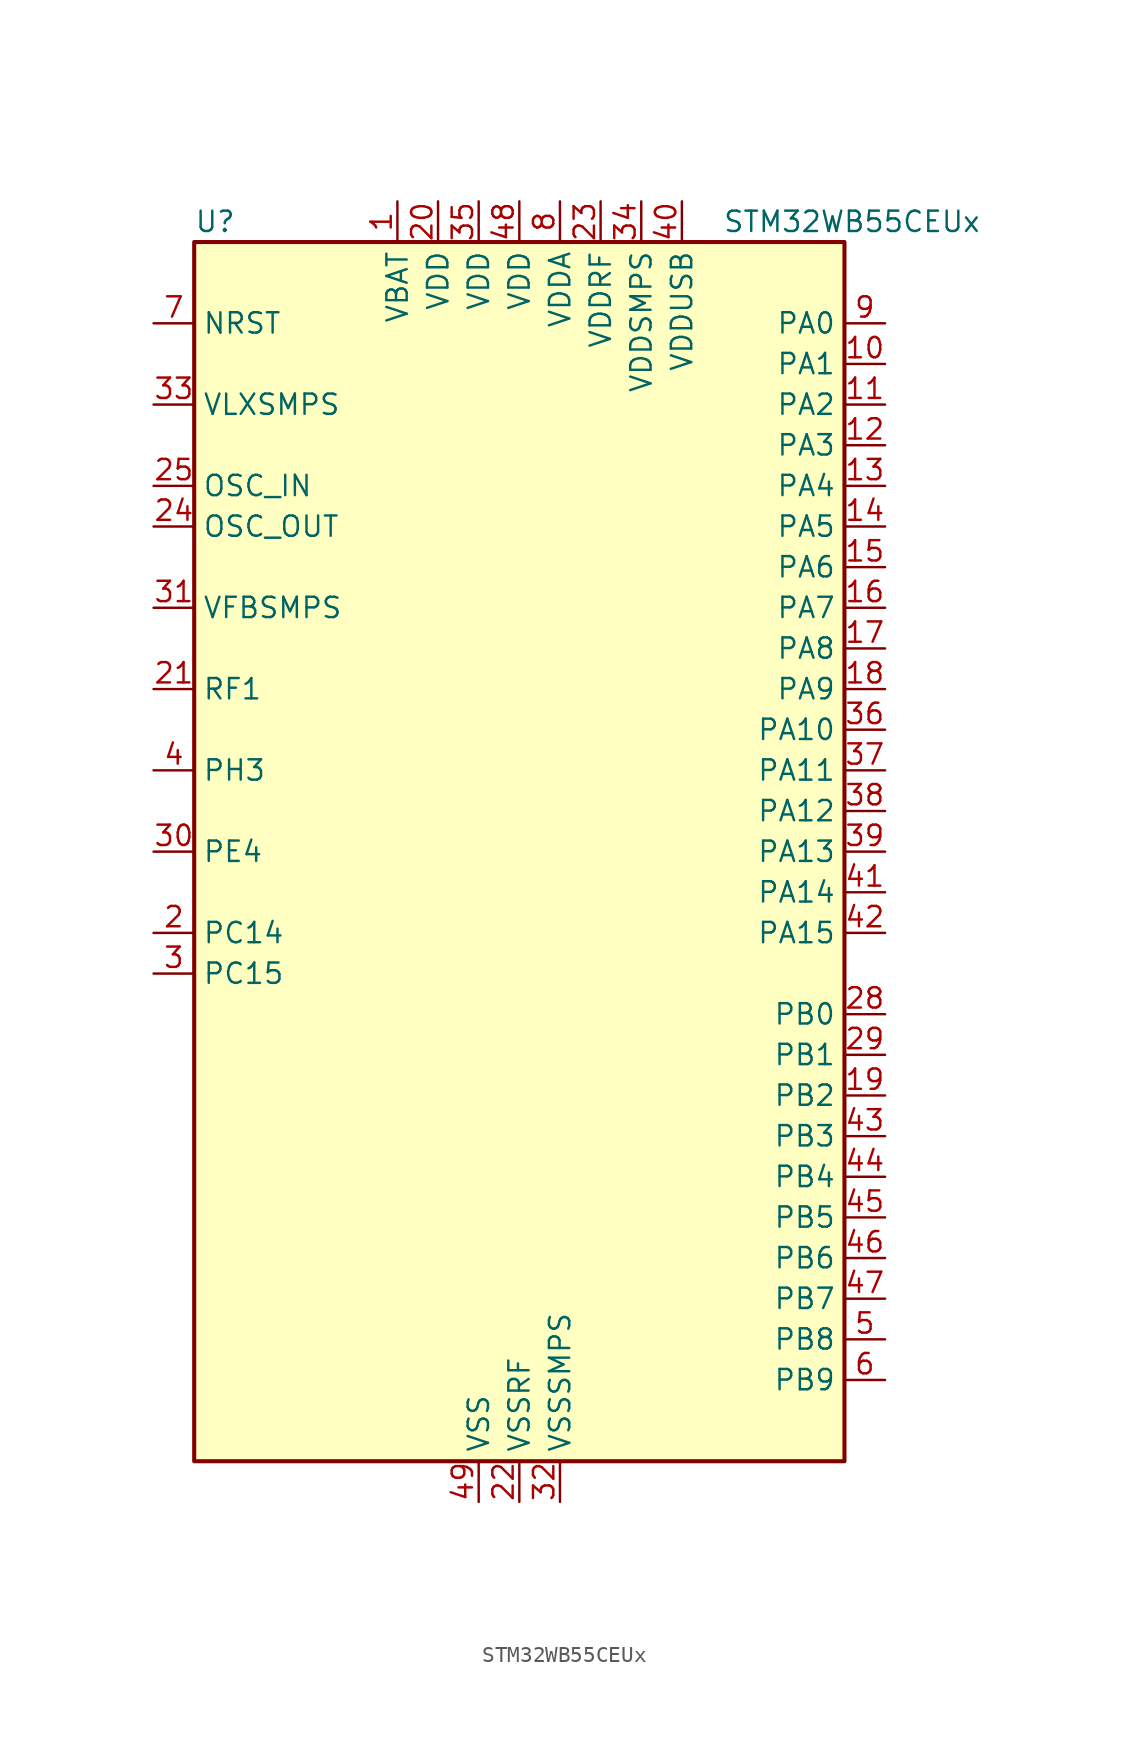
<source format=kicad_sym>
(kicad_symbol_lib
  (version 20231120)
  (generator "kicad-library-utils")
  (generator_version "8.0")
  (symbol "STM32WB55CEUx"
    (property "Reference" "U"
      (at -20.32 39.37 0)
      (effects (font (size 1.27 1.27)) (justify left)))
    (property "Value" "STM32WB55CEUx"
      (at 12.7 39.37 0)
      (effects (font (size 1.27 1.27)) (justify left)))
    (symbol "STM32WB55CEUx_0_1"
      (rectangle (start -20.32 -38.1) (end 20.32 38.1) (stroke (width 0.254) (type default)) (fill (type background))))
    (symbol "STM32WB55CEUx_1_1"
      (pin power_in line (at -7.62 40.64 270) (length 2.54) (name "VBAT" (effects (font (size 1.27 1.27)))) (number "1" (effects (font (size 1.27 1.27)))))
      (pin bidirectional line (at 22.86 30.48 180) (length 2.54) (name "PA1" (effects (font (size 1.27 1.27)))) (number "10" (effects (font (size 1.27 1.27)))) (alternate "ADC1_IN6" bidirectional line) (alternate "COMP1_INP" bidirectional line) (alternate "I2C1_SMBA" bidirectional line) (alternate "LCD_SEG0" bidirectional line) (alternate "SPI1_SCK" bidirectional line) (alternate "TIM2_CH2" bidirectional line))
      (pin bidirectional line (at 22.86 27.94 180) (length 2.54) (name "PA2" (effects (font (size 1.27 1.27)))) (number "11" (effects (font (size 1.27 1.27)))) (alternate "ADC1_IN7" bidirectional line) (alternate "COMP2_INM" bidirectional line) (alternate "COMP2_OUT" bidirectional line) (alternate "LCD_SEG1" bidirectional line) (alternate "LPUART1_TX" bidirectional line) (alternate "QUADSPI_BK1_NCS" bidirectional line) (alternate "RCC_LSCO" bidirectional line) (alternate "SYS_WKUP4" bidirectional line) (alternate "TIM2_CH3" bidirectional line))
      (pin bidirectional line (at 22.86 25.4 180) (length 2.54) (name "PA3" (effects (font (size 1.27 1.27)))) (number "12" (effects (font (size 1.27 1.27)))) (alternate "ADC1_IN8" bidirectional line) (alternate "COMP2_INP" bidirectional line) (alternate "LCD_SEG2" bidirectional line) (alternate "LPUART1_RX" bidirectional line) (alternate "QUADSPI_CLK" bidirectional line) (alternate "SAI1_CK1" bidirectional line) (alternate "SAI1_MCLK_A" bidirectional line) (alternate "TIM2_CH4" bidirectional line))
      (pin bidirectional line (at 22.86 22.86 180) (length 2.54) (name "PA4" (effects (font (size 1.27 1.27)))) (number "13" (effects (font (size 1.27 1.27)))) (alternate "ADC1_IN9" bidirectional line) (alternate "COMP1_INM" bidirectional line) (alternate "COMP2_INM" bidirectional line) (alternate "LCD_SEG5" bidirectional line) (alternate "LPTIM2_OUT" bidirectional line) (alternate "SAI1_FS_B" bidirectional line) (alternate "SPI1_NSS" bidirectional line))
      (pin bidirectional line (at 22.86 20.32 180) (length 2.54) (name "PA5" (effects (font (size 1.27 1.27)))) (number "14" (effects (font (size 1.27 1.27)))) (alternate "ADC1_IN10" bidirectional line) (alternate "COMP1_INM" bidirectional line) (alternate "COMP2_INM" bidirectional line) (alternate "LPTIM2_ETR" bidirectional line) (alternate "SAI1_SD_B" bidirectional line) (alternate "SPI1_SCK" bidirectional line) (alternate "TIM2_CH1" bidirectional line) (alternate "TIM2_ETR" bidirectional line))
      (pin bidirectional line (at 22.86 17.78 180) (length 2.54) (name "PA6" (effects (font (size 1.27 1.27)))) (number "15" (effects (font (size 1.27 1.27)))) (alternate "ADC1_IN11" bidirectional line) (alternate "LCD_SEG3" bidirectional line) (alternate "LPUART1_CTS" bidirectional line) (alternate "QUADSPI_BK1_IO3" bidirectional line) (alternate "SPI1_MISO" bidirectional line) (alternate "TIM16_CH1" bidirectional line) (alternate "TIM1_BKIN" bidirectional line))
      (pin bidirectional line (at 22.86 15.24 180) (length 2.54) (name "PA7" (effects (font (size 1.27 1.27)))) (number "16" (effects (font (size 1.27 1.27)))) (alternate "ADC1_IN12" bidirectional line) (alternate "COMP2_OUT" bidirectional line) (alternate "I2C3_SCL" bidirectional line) (alternate "LCD_SEG4" bidirectional line) (alternate "QUADSPI_BK1_IO2" bidirectional line) (alternate "SPI1_MOSI" bidirectional line) (alternate "TIM17_CH1" bidirectional line) (alternate "TIM1_CH1N" bidirectional line))
      (pin bidirectional line (at 22.86 12.7 180) (length 2.54) (name "PA8" (effects (font (size 1.27 1.27)))) (number "17" (effects (font (size 1.27 1.27)))) (alternate "ADC1_IN15" bidirectional line) (alternate "LCD_COM0" bidirectional line) (alternate "LPTIM2_OUT" bidirectional line) (alternate "RCC_MCO" bidirectional line) (alternate "SAI1_CK2" bidirectional line) (alternate "SAI1_SCK_A" bidirectional line) (alternate "TIM1_CH1" bidirectional line) (alternate "USART1_CK" bidirectional line))
      (pin bidirectional line (at 22.86 10.16 180) (length 2.54) (name "PA9" (effects (font (size 1.27 1.27)))) (number "18" (effects (font (size 1.27 1.27)))) (alternate "ADC1_IN16" bidirectional line) (alternate "COMP1_INM" bidirectional line) (alternate "I2C1_SCL" bidirectional line) (alternate "LCD_COM1" bidirectional line) (alternate "SAI1_D2" bidirectional line) (alternate "SAI1_FS_A" bidirectional line) (alternate "TIM1_CH2" bidirectional line) (alternate "USART1_TX" bidirectional line))
      (pin bidirectional line (at 22.86 -15.24 180) (length 2.54) (name "PB2" (effects (font (size 1.27 1.27)))) (number "19" (effects (font (size 1.27 1.27)))) (alternate "COMP1_INP" bidirectional line) (alternate "I2C3_SMBA" bidirectional line) (alternate "LCD_VLCD" bidirectional line) (alternate "LPTIM1_OUT" bidirectional line) (alternate "RTC_OUT2" bidirectional line) (alternate "SAI1_EXTCLK" bidirectional line) (alternate "SPI1_NSS" bidirectional line))
      (pin bidirectional line (at -22.86 -5.08 0) (length 2.54) (name "PC14" (effects (font (size 1.27 1.27)))) (number "2" (effects (font (size 1.27 1.27)))) (alternate "RCC_OSC32_IN" bidirectional line))
      (pin power_in line (at -5.08 40.64 270) (length 2.54) (name "VDD" (effects (font (size 1.27 1.27)))) (number "20" (effects (font (size 1.27 1.27)))))
      (pin bidirectional line (at -22.86 10.16 0) (length 2.54) (name "RF1" (effects (font (size 1.27 1.27)))) (number "21" (effects (font (size 1.27 1.27)))) (alternate "RF_RF1" bidirectional line))
      (pin power_in line (at 0 -40.64 90) (length 2.54) (name "VSSRF" (effects (font (size 1.27 1.27)))) (number "22" (effects (font (size 1.27 1.27)))))
      (pin power_in line (at 5.08 40.64 270) (length 2.54) (name "VDDRF" (effects (font (size 1.27 1.27)))) (number "23" (effects (font (size 1.27 1.27)))))
      (pin input line (at -22.86 20.32 0) (length 2.54) (name "OSC_OUT" (effects (font (size 1.27 1.27)))) (number "24" (effects (font (size 1.27 1.27)))) (alternate "RCC_OSC_OUT" bidirectional line))
      (pin input line (at -22.86 22.86 0) (length 2.54) (name "OSC_IN" (effects (font (size 1.27 1.27)))) (number "25" (effects (font (size 1.27 1.27)))) (alternate "RCC_OSC_IN" bidirectional line))
      (pin no_connect line (at -20.32 -38.1 0) (length 2.54) hide (name "AT0" (effects (font (size 1.27 1.27)))) (number "26" (effects (font (size 1.27 1.27)))))
      (pin no_connect line (at -20.32 -35.56 0) (length 2.54) hide (name "AT1" (effects (font (size 1.27 1.27)))) (number "27" (effects (font (size 1.27 1.27)))))
      (pin bidirectional line (at 22.86 -10.16 180) (length 2.54) (name "PB0" (effects (font (size 1.27 1.27)))) (number "28" (effects (font (size 1.27 1.27)))) (alternate "COMP1_OUT" bidirectional line) (alternate "RF_TX_MOD_EXT_PA" bidirectional line))
      (pin bidirectional line (at 22.86 -12.7 180) (length 2.54) (name "PB1" (effects (font (size 1.27 1.27)))) (number "29" (effects (font (size 1.27 1.27)))) (alternate "LPTIM2_IN1" bidirectional line) (alternate "LPUART1_DE" bidirectional line) (alternate "LPUART1_RTS" bidirectional line))
      (pin bidirectional line (at -22.86 -7.62 0) (length 2.54) (name "PC15" (effects (font (size 1.27 1.27)))) (number "3" (effects (font (size 1.27 1.27)))) (alternate "ADC1_EXTI15" bidirectional line) (alternate "RCC_OSC32_OUT" bidirectional line))
      (pin bidirectional line (at -22.86 0 0) (length 2.54) (name "PE4" (effects (font (size 1.27 1.27)))) (number "30" (effects (font (size 1.27 1.27)))))
      (pin input line (at -22.86 15.24 0) (length 2.54) (name "VFBSMPS" (effects (font (size 1.27 1.27)))) (number "31" (effects (font (size 1.27 1.27)))))
      (pin power_in line (at 2.54 -40.64 90) (length 2.54) (name "VSSSMPS" (effects (font (size 1.27 1.27)))) (number "32" (effects (font (size 1.27 1.27)))))
      (pin power_in line (at -22.86 27.94 0) (length 2.54) (name "VLXSMPS" (effects (font (size 1.27 1.27)))) (number "33" (effects (font (size 1.27 1.27)))))
      (pin power_in line (at 7.62 40.64 270) (length 2.54) (name "VDDSMPS" (effects (font (size 1.27 1.27)))) (number "34" (effects (font (size 1.27 1.27)))))
      (pin power_in line (at -2.54 40.64 270) (length 2.54) (name "VDD" (effects (font (size 1.27 1.27)))) (number "35" (effects (font (size 1.27 1.27)))))
      (pin bidirectional line (at 22.86 7.62 180) (length 2.54) (name "PA10" (effects (font (size 1.27 1.27)))) (number "36" (effects (font (size 1.27 1.27)))) (alternate "CRS_SYNC" bidirectional line) (alternate "I2C1_SDA" bidirectional line) (alternate "LCD_COM2" bidirectional line) (alternate "SAI1_D1" bidirectional line) (alternate "SAI1_SD_A" bidirectional line) (alternate "TIM17_BKIN" bidirectional line) (alternate "TIM1_CH3" bidirectional line) (alternate "USART1_RX" bidirectional line))
      (pin bidirectional line (at 22.86 5.08 180) (length 2.54) (name "PA11" (effects (font (size 1.27 1.27)))) (number "37" (effects (font (size 1.27 1.27)))) (alternate "ADC1_EXTI11" bidirectional line) (alternate "SPI1_MISO" bidirectional line) (alternate "TIM1_BKIN2" bidirectional line) (alternate "TIM1_CH4" bidirectional line) (alternate "USART1_CTS" bidirectional line) (alternate "USART1_NSS" bidirectional line) (alternate "USB_DM" bidirectional line))
      (pin bidirectional line (at 22.86 2.54 180) (length 2.54) (name "PA12" (effects (font (size 1.27 1.27)))) (number "38" (effects (font (size 1.27 1.27)))) (alternate "LPUART1_RX" bidirectional line) (alternate "SPI1_MOSI" bidirectional line) (alternate "TIM1_ETR" bidirectional line) (alternate "USART1_DE" bidirectional line) (alternate "USART1_RTS" bidirectional line) (alternate "USB_DP" bidirectional line))
      (pin bidirectional line (at 22.86 0 180) (length 2.54) (name "PA13" (effects (font (size 1.27 1.27)))) (number "39" (effects (font (size 1.27 1.27)))) (alternate "IR_OUT" bidirectional line) (alternate "SAI1_SD_B" bidirectional line) (alternate "SYS_JTMS-SWDIO" bidirectional line) (alternate "USB_NOE" bidirectional line))
      (pin bidirectional line (at -22.86 5.08 0) (length 2.54) (name "PH3" (effects (font (size 1.27 1.27)))) (number "4" (effects (font (size 1.27 1.27)))) (alternate "RCC_LSCO" bidirectional line))
      (pin power_in line (at 10.16 40.64 270) (length 2.54) (name "VDDUSB" (effects (font (size 1.27 1.27)))) (number "40" (effects (font (size 1.27 1.27)))))
      (pin bidirectional line (at 22.86 -2.54 180) (length 2.54) (name "PA14" (effects (font (size 1.27 1.27)))) (number "41" (effects (font (size 1.27 1.27)))) (alternate "I2C1_SMBA" bidirectional line) (alternate "LCD_SEG5" bidirectional line) (alternate "LPTIM1_OUT" bidirectional line) (alternate "SAI1_FS_B" bidirectional line) (alternate "SYS_JTCK-SWCLK" bidirectional line))
      (pin bidirectional line (at 22.86 -5.08 180) (length 2.54) (name "PA15" (effects (font (size 1.27 1.27)))) (number "42" (effects (font (size 1.27 1.27)))) (alternate "ADC1_EXTI15" bidirectional line) (alternate "LCD_SEG17" bidirectional line) (alternate "RCC_MCO" bidirectional line) (alternate "SPI1_NSS" bidirectional line) (alternate "SYS_JTDI" bidirectional line) (alternate "TIM2_CH1" bidirectional line) (alternate "TIM2_ETR" bidirectional line))
      (pin bidirectional line (at 22.86 -17.78 180) (length 2.54) (name "PB3" (effects (font (size 1.27 1.27)))) (number "43" (effects (font (size 1.27 1.27)))) (alternate "COMP2_INM" bidirectional line) (alternate "LCD_SEG7" bidirectional line) (alternate "SAI1_SCK_B" bidirectional line) (alternate "SPI1_SCK" bidirectional line) (alternate "SYS_JTDO-SWO" bidirectional line) (alternate "TIM2_CH2" bidirectional line) (alternate "USART1_DE" bidirectional line) (alternate "USART1_RTS" bidirectional line))
      (pin bidirectional line (at 22.86 -20.32 180) (length 2.54) (name "PB4" (effects (font (size 1.27 1.27)))) (number "44" (effects (font (size 1.27 1.27)))) (alternate "COMP2_INP" bidirectional line) (alternate "I2C3_SDA" bidirectional line) (alternate "LCD_SEG8" bidirectional line) (alternate "SAI1_MCLK_B" bidirectional line) (alternate "SPI1_MISO" bidirectional line) (alternate "SYS_JTRST" bidirectional line) (alternate "TIM17_BKIN" bidirectional line) (alternate "USART1_CTS" bidirectional line) (alternate "USART1_NSS" bidirectional line))
      (pin bidirectional line (at 22.86 -22.86 180) (length 2.54) (name "PB5" (effects (font (size 1.27 1.27)))) (number "45" (effects (font (size 1.27 1.27)))) (alternate "COMP2_OUT" bidirectional line) (alternate "I2C1_SMBA" bidirectional line) (alternate "LCD_SEG9" bidirectional line) (alternate "LPTIM1_IN1" bidirectional line) (alternate "LPUART1_TX" bidirectional line) (alternate "SAI1_SD_B" bidirectional line) (alternate "SPI1_MOSI" bidirectional line) (alternate "TIM16_BKIN" bidirectional line) (alternate "USART1_CK" bidirectional line))
      (pin bidirectional line (at 22.86 -25.4 180) (length 2.54) (name "PB6" (effects (font (size 1.27 1.27)))) (number "46" (effects (font (size 1.27 1.27)))) (alternate "COMP2_INP" bidirectional line) (alternate "I2C1_SCL" bidirectional line) (alternate "LCD_SEG6" bidirectional line) (alternate "LPTIM1_ETR" bidirectional line) (alternate "RCC_MCO" bidirectional line) (alternate "SAI1_FS_B" bidirectional line) (alternate "TIM16_CH1N" bidirectional line) (alternate "USART1_TX" bidirectional line))
      (pin bidirectional line (at 22.86 -27.94 180) (length 2.54) (name "PB7" (effects (font (size 1.27 1.27)))) (number "47" (effects (font (size 1.27 1.27)))) (alternate "COMP2_INM" bidirectional line) (alternate "I2C1_SDA" bidirectional line) (alternate "LCD_SEG21" bidirectional line) (alternate "LPTIM1_IN2" bidirectional line) (alternate "SYS_PVD_IN" bidirectional line) (alternate "TIM17_CH1N" bidirectional line) (alternate "TIM1_BKIN" bidirectional line) (alternate "USART1_RX" bidirectional line))
      (pin power_in line (at 0 40.64 270) (length 2.54) (name "VDD" (effects (font (size 1.27 1.27)))) (number "48" (effects (font (size 1.27 1.27)))))
      (pin power_in line (at -2.54 -40.64 90) (length 2.54) (name "VSS" (effects (font (size 1.27 1.27)))) (number "49" (effects (font (size 1.27 1.27)))))
      (pin bidirectional line (at 22.86 -30.48 180) (length 2.54) (name "PB8" (effects (font (size 1.27 1.27)))) (number "5" (effects (font (size 1.27 1.27)))) (alternate "I2C1_SCL" bidirectional line) (alternate "LCD_SEG16" bidirectional line) (alternate "QUADSPI_BK1_IO1" bidirectional line) (alternate "SAI1_CK1" bidirectional line) (alternate "SAI1_MCLK_A" bidirectional line) (alternate "TIM16_CH1" bidirectional line) (alternate "TIM1_CH2N" bidirectional line))
      (pin bidirectional line (at 22.86 -33.02 180) (length 2.54) (name "PB9" (effects (font (size 1.27 1.27)))) (number "6" (effects (font (size 1.27 1.27)))) (alternate "I2C1_SDA" bidirectional line) (alternate "IR_OUT" bidirectional line) (alternate "LCD_COM3" bidirectional line) (alternate "QUADSPI_BK1_IO0" bidirectional line) (alternate "SAI1_D2" bidirectional line) (alternate "SAI1_FS_A" bidirectional line) (alternate "TIM17_CH1" bidirectional line) (alternate "TIM1_CH3N" bidirectional line))
      (pin input line (at -22.86 33.02 0) (length 2.54) (name "NRST" (effects (font (size 1.27 1.27)))) (number "7" (effects (font (size 1.27 1.27)))))
      (pin power_in line (at 2.54 40.64 270) (length 2.54) (name "VDDA" (effects (font (size 1.27 1.27)))) (number "8" (effects (font (size 1.27 1.27)))))
      (pin bidirectional line (at 22.86 33.02 180) (length 2.54) (name "PA0" (effects (font (size 1.27 1.27)))) (number "9" (effects (font (size 1.27 1.27)))) (alternate "ADC1_IN5" bidirectional line) (alternate "COMP1_INM" bidirectional line) (alternate "COMP1_OUT" bidirectional line) (alternate "RTC_TAMP2" bidirectional line) (alternate "SAI1_EXTCLK" bidirectional line) (alternate "SYS_WKUP1" bidirectional line) (alternate "TIM2_CH1" bidirectional line) (alternate "TIM2_ETR" bidirectional line)))))
</source>
